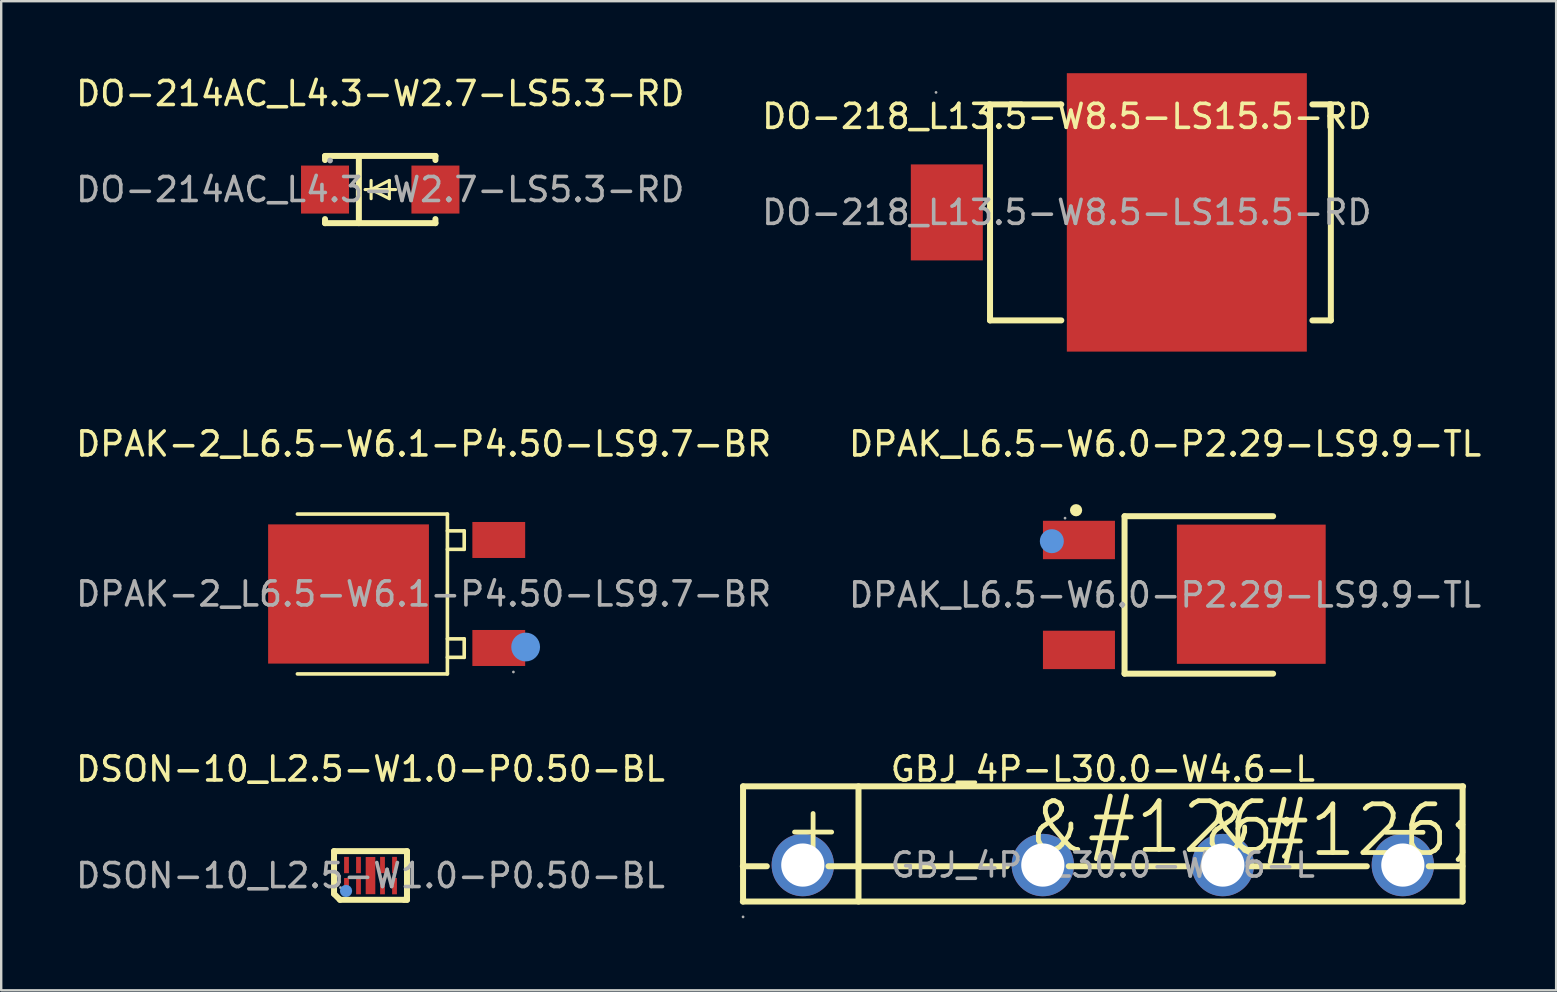
<source format=kicad_pcb>
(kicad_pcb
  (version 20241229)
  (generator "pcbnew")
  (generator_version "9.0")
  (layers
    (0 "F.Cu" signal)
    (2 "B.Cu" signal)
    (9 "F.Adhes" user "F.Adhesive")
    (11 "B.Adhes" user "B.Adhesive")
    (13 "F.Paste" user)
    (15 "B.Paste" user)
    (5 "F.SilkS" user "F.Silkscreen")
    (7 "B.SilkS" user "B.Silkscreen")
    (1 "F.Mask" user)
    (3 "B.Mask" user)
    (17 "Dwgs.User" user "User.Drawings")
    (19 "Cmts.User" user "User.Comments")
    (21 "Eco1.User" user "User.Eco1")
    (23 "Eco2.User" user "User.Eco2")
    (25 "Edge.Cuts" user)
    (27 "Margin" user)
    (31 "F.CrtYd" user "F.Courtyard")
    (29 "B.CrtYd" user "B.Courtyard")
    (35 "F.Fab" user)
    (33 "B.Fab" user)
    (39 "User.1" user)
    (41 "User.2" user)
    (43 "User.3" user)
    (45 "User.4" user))
  (footprint "DPAK-2_L6.5-W6.1-P4.50-LS9.7-BR"
    (layer "F.Cu")
    (at 14.601 21.698)
    (property "Reference" "DPAK-2_L6.5-W6.1-P4.50-LS9.7-BR" (at 0 -6.25 0) (layer "F.SilkS") (effects (font (size 1 1) (thickness 0.15))))
    (attr through_hole)
    (fp_line (start -5.26 -3.33) (end 0.99 -3.33) (stroke (width 0.15) (type solid)) (layer "F.SilkS"))
    (fp_line (start 0.99 -3.33) (end 0.99 3.33) (stroke (width 0.15) (type solid)) (layer "F.SilkS"))
    (fp_line (start 0.99 -2.63) (end 1.69 -2.63) (stroke (width 0.15) (type solid)) (layer "F.SilkS"))
    (fp_line (start 0.99 1.87) (end 1.69 1.87) (stroke (width 0.15) (type solid)) (layer "F.SilkS"))
    (fp_line (start 0.99 3.33) (end -5.26 3.33) (stroke (width 0.15) (type solid)) (layer "F.SilkS"))
    (fp_line (start 1.69 -2.63) (end 1.69 -1.86) (stroke (width 0.15) (type solid)) (layer "F.SilkS"))
    (fp_line (start 1.69 -1.86) (end 0.99 -1.86) (stroke (width 0.15) (type solid)) (layer "F.SilkS"))
    (fp_line (start 1.69 1.87) (end 1.69 2.64) (stroke (width 0.15) (type solid)) (layer "F.SilkS"))
    (fp_line (start 1.69 2.64) (end 0.99 2.64) (stroke (width 0.15) (type solid)) (layer "F.SilkS"))
    (fp_circle (center 4.25 2.21) (end 4.55 2.21) (stroke (width 0.6) (type solid)) (fill no) (layer "Cmts.User"))
    (fp_circle (center 3.74 3.25) (end 3.77 3.25) (stroke (width 0.06) (type solid)) (fill no) (layer "F.Fab"))
    (fp_text user "${REFERENCE}" (at 0 0 0) (layer "F.Fab") (effects (font (size 1 1) (thickness 0.15))))
    (pad "1" smd rect (at 3.13 2.25 180) (size 2.2 1.5) (layers "F.Cu" "F.Mask" "F.Paste"))
    (pad "2" smd rect (at 3.13 -2.25 180) (size 2.2 1.5) (layers "F.Cu" "F.Mask" "F.Paste"))
    (pad "3" smd rect (at -3.13 0 180) (size 6.7 5.8) (layers "F.Cu" "F.Mask" "F.Paste")))
  (footprint "GBJ_4P-L30.0-W4.6-L"
    (layer "F.Cu")
    (at 42.899 32.992)
    (property "Reference" "GBJ_4P-L30.0-W4.6-L" (at 0 -4 0) (layer "F.SilkS") (effects (font (size 1 1) (thickness 0.15))))
    (attr through_hole)
    (fp_line (start -15 0.05) (end -14 0.05) (stroke (width 0.25) (type solid)) (layer "F.SilkS"))
    (fp_line (start -15 1.52) (end 14.99 1.52) (stroke (width 0.25) (type solid)) (layer "F.SilkS"))
    (fp_line (start -14.99 -3.28) (end -14.99 1.52) (stroke (width 0.25) (type solid)) (layer "F.SilkS"))
    (fp_line (start -14.99 -3.28) (end 15.01 -3.28) (stroke (width 0.25) (type solid)) (layer "F.SilkS"))
    (fp_line (start -11.43 0.05) (end -4 0.05) (stroke (width 0.25) (type solid)) (layer "F.SilkS"))
    (fp_line (start -10.18 -3.28) (end -10.18 1.52) (stroke (width 0.25) (type solid)) (layer "F.SilkS"))
    (fp_line (start -1.42 0.05) (end 3.5 0.05) (stroke (width 0.25) (type solid)) (layer "F.SilkS"))
    (fp_line (start 6.08 0.05) (end 11 0.05) (stroke (width 0.25) (type solid)) (layer "F.SilkS"))
    (fp_line (start 13.58 0.05) (end 14.98 0.05) (stroke (width 0.25) (type solid)) (layer "F.SilkS"))
    (fp_line (start 14.99 -3.28) (end 14.99 1.52) (stroke (width 0.25) (type solid)) (layer "F.SilkS"))
    (fp_circle (center -14.99 2.16) (end -14.96 2.16) (stroke (width 0.06) (type solid)) (fill no) (layer "F.Fab"))
    (fp_circle (center -12.5 0) (end -12.1 0) (stroke (width 0.8) (type solid)) (fill no) (layer "F.Fab"))
    (fp_circle (center -2.5 0) (end -2.1 0) (stroke (width 0.8) (type solid)) (fill no) (layer "F.Fab"))
    (fp_circle (center 5 0) (end 5.4 0) (stroke (width 0.8) (type solid)) (fill no) (layer "F.Fab"))
    (fp_circle (center 12.5 0) (end 12.9 0) (stroke (width 0.8) (type solid)) (fill no) (layer "F.Fab"))
    (fp_text user "&#126;" (at -3.3 -1.58 0) (layer "F.SilkS") (effects (font (size 2.03 2.03) (thickness 0.2)) (justify left)))
    (fp_text user "-" (at 11.18 -1.52 0) (layer "F.SilkS") (effects (font (size 2.03 2.03) (thickness 0.2)) (justify left)))
    (fp_text user "&#126;" (at 3.94 -1.45 0) (layer "F.SilkS") (effects (font (size 2.03 2.03) (thickness 0.2)) (justify left)))
    (fp_text user "+" (at -13.46 -1.53 0) (layer "F.SilkS") (effects (font (size 2.03 2.03) (thickness 0.2)) (justify left)))
    (fp_text user "${REFERENCE}" (at 0 0 0) (layer "F.Fab") (effects (font (size 1 1) (thickness 0.15))))
    (pad "1" thru_hole circle (at -12.5 0) (size 2.6 2.6) (drill 1.8) (layers "*.Cu" "*.Paste" "*.Mask"))
    (pad "2" thru_hole circle (at -2.5 0) (size 2.6 2.6) (drill 1.8) (layers "*.Cu" "*.Paste" "*.Mask"))
    (pad "3" thru_hole circle (at 5 0) (size 2.6 2.6) (drill 1.8) (layers "*.Cu" "*.Paste" "*.Mask"))
    (pad "4" thru_hole circle (at 12.5 0) (size 2.6 2.6) (drill 1.8) (layers "*.Cu" "*.Paste" "*.Mask")))
  (footprint "DPAK_L6.5-W6.0-P2.29-LS9.9-TL"
    (layer "F.Cu")
    (at 45.494 21.738)
    (property "Reference" "DPAK_L6.5-W6.0-P2.29-LS9.9-TL" (at 0 -6.29 0) (layer "F.SilkS") (effects (font (size 1 1) (thickness 0.15))))
    (attr through_hole)
    (fp_line (start -1.69 -3.28) (end 4.5 -3.28) (stroke (width 0.25) (type solid)) (layer "F.SilkS"))
    (fp_line (start -1.69 3.28) (end -1.69 -3.28) (stroke (width 0.25) (type solid)) (layer "F.SilkS"))
    (fp_line (start 4.5 3.28) (end -1.69 3.28) (stroke (width 0.25) (type solid)) (layer "F.SilkS"))
    (fp_circle (center -3.71 -3.53) (end -3.58 -3.53) (stroke (width 0.25) (type solid)) (fill no) (layer "F.SilkS"))
    (fp_circle (center -4.72 -2.24) (end -4.47 -2.24) (stroke (width 0.5) (type solid)) (fill no) (layer "Cmts.User"))
    (fp_circle (center -4.17 -3.2) (end -4.14 -3.2) (stroke (width 0.06) (type solid)) (fill no) (layer "F.Fab"))
    (fp_text user "${REFERENCE}" (at 0 0 0) (layer "F.Fab") (effects (font (size 1 1) (thickness 0.15))))
    (pad "1" smd rect (at -3.59 -2.29) (size 3 1.6) (layers "F.Cu" "F.Mask" "F.Paste"))
    (pad "3" smd rect (at -3.59 2.29) (size 3 1.6) (layers "F.Cu" "F.Mask" "F.Paste"))
    (pad "4" smd rect (at 3.59 -0.03) (size 6.2 5.8) (layers "F.Cu" "F.Mask" "F.Paste")))
  (footprint "DO-214AC_L4.3-W2.7-LS5.3-RD"
    (layer "F.Cu")
    (at 12.792 4.848)
    (property "Reference" "DO-214AC_L4.3-W2.7-LS5.3-RD" (at 0 -4 0) (layer "F.SilkS") (effects (font (size 1 1) (thickness 0.15))))
    (attr through_hole)
    (fp_line (start -2.3 -1.4) (end -2.3 -1.23) (stroke (width 0.25) (type solid)) (layer "F.SilkS"))
    (fp_line (start -2.3 -1.4) (end 2.3 -1.4) (stroke (width 0.25) (type solid)) (layer "F.SilkS"))
    (fp_line (start -2.3 1.23) (end -2.3 1.4) (stroke (width 0.25) (type solid)) (layer "F.SilkS"))
    (fp_line (start -2.3 1.4) (end 2.3 1.4) (stroke (width 0.25) (type solid)) (layer "F.SilkS"))
    (fp_line (start -0.89 1.4) (end -0.89 -1.4) (stroke (width 0.25) (type solid)) (layer "F.SilkS"))
    (fp_line (start -0.38 0) (end -0.38 -0.38) (stroke (width 0.13) (type solid)) (layer "F.SilkS"))
    (fp_line (start -0.38 0) (end -0.38 0.38) (stroke (width 0.13) (type solid)) (layer "F.SilkS"))
    (fp_line (start 0.38 -0.38) (end -0.38 0) (stroke (width 0.13) (type solid)) (layer "F.SilkS"))
    (fp_line (start 0.38 0) (end 0.38 -0.38) (stroke (width 0.13) (type solid)) (layer "F.SilkS"))
    (fp_line (start 0.38 0) (end 0.38 0.38) (stroke (width 0.13) (type solid)) (layer "F.SilkS"))
    (fp_line (start 0.38 0.38) (end -0.38 0) (stroke (width 0.13) (type solid)) (layer "F.SilkS"))
    (fp_line (start 0.64 0) (end -0.63 0) (stroke (width 0.13) (type solid)) (layer "F.SilkS"))
    (fp_line (start 2.3 -1.4) (end 2.3 -1.23) (stroke (width 0.25) (type solid)) (layer "F.SilkS"))
    (fp_line (start 2.3 1.23) (end 2.3 1.4) (stroke (width 0.25) (type solid)) (layer "F.SilkS"))
    (fp_circle (center -2.09 -1.21) (end -2.03 -1.21) (stroke (width 0.12) (type solid)) (fill no) (layer "F.Fab"))
    (fp_text user "${REFERENCE}" (at 0 0 0) (layer "F.Fab") (effects (font (size 1 1) (thickness 0.15))))
    (pad "1" smd rect (at -2.3 0 180) (size 2 2) (layers "F.Cu" "F.Mask" "F.Paste"))
    (pad "2" smd rect (at 2.3 0 180) (size 2 2) (layers "F.Cu" "F.Mask" "F.Paste")))
  (footprint "DSON-10_L2.5-W1.0-P0.50-BL"
    (layer "F.Cu")
    (at 12.387 33.431)
    (property "Reference" "DSON-10_L2.5-W1.0-P0.50-BL" (at 0 -4.44 0) (layer "F.SilkS") (effects (font (size 1 1) (thickness 0.15))))
    (attr through_hole)
    (fp_line (start -1.52 -1.02) (end 1.52 -1.02) (stroke (width 0.25) (type solid)) (layer "F.SilkS"))
    (fp_line (start -1.52 -0.64) (end -1.52 -1.02) (stroke (width 0.25) (type solid)) (layer "F.SilkS"))
    (fp_line (start -1.52 0.76) (end -1.52 -0.64) (stroke (width 0.25) (type solid)) (layer "F.SilkS"))
    (fp_line (start -1.27 1.01) (end -1.52 0.76) (stroke (width 0.25) (type solid)) (layer "F.SilkS"))
    (fp_line (start 1.4 1.01) (end -1.27 1.01) (stroke (width 0.25) (type solid)) (layer "F.SilkS"))
    (fp_line (start 1.52 -1.02) (end 1.52 0.89) (stroke (width 0.25) (type solid)) (layer "F.SilkS"))
    (fp_line (start 1.52 0.89) (end 1.52 1.01) (stroke (width 0.25) (type solid)) (layer "F.SilkS"))
    (fp_line (start 1.52 1.01) (end 1.4 1.01) (stroke (width 0.25) (type solid)) (layer "F.SilkS"))
    (fp_circle (center -1.02 0.64) (end -0.89 0.64) (stroke (width 0.25) (type solid)) (fill no) (layer "Cmts.User"))
    (fp_circle (center -1.25 0.5) (end -1.22 0.5) (stroke (width 0.06) (type solid)) (fill no) (layer "F.Fab"))
    (fp_text user "${REFERENCE}" (at 0 0 0) (layer "F.Fab") (effects (font (size 1 1) (thickness 0.15))))
    (pad "1" smd rect (at -1 0.44) (size 0.2 0.68) (layers "F.Cu" "F.Mask" "F.Paste"))
    (pad "2" smd rect (at -0.5 0.44) (size 0.2 0.68) (layers "F.Cu" "F.Mask" "F.Paste"))
    (pad "3-8" smd rect (at 0 0) (size 0.4 1.55) (layers "F.Cu" "F.Mask" "F.Paste"))
    (pad "4" smd rect (at 0.5 0.44) (size 0.2 0.68) (layers "F.Cu" "F.Mask" "F.Paste"))
    (pad "5" smd rect (at 1 0.44) (size 0.2 0.68) (layers "F.Cu" "F.Mask" "F.Paste"))
    (pad "6" smd rect (at 1 -0.44) (size 0.2 0.68) (layers "F.Cu" "F.Mask" "F.Paste"))
    (pad "7" smd rect (at 0.5 -0.44) (size 0.2 0.68) (layers "F.Cu" "F.Mask" "F.Paste"))
    (pad "9" smd rect (at -0.5 -0.44) (size 0.2 0.68) (layers "F.Cu" "F.Mask" "F.Paste"))
    (pad "10" smd rect (at -1 -0.44) (size 0.2 0.68) (layers "F.Cu" "F.Mask" "F.Paste")))
  (footprint "DO-218_L13.5-W8.5-LS15.5-RD"
    (layer "F.Cu")
    (at 41.399 5.8)
    (property "Reference" "DO-218_L13.5-W8.5-LS15.5-RD" (at 0 -4 0) (layer "F.SilkS") (effects (font (size 1 1) (thickness 0.15))))
    (attr through_hole)
    (fp_line (start -3.2 -4.5) (end -3.2 4.5) (stroke (width 0.25) (type solid)) (layer "F.SilkS"))
    (fp_line (start -3.2 -4.5) (end -0.23 -4.5) (stroke (width 0.25) (type solid)) (layer "F.SilkS"))
    (fp_line (start -3.2 4.5) (end -0.23 4.5) (stroke (width 0.25) (type solid)) (layer "F.SilkS"))
    (fp_line (start 10.23 -4.5) (end 11 -4.5) (stroke (width 0.25) (type solid)) (layer "F.SilkS"))
    (fp_line (start 10.23 4.5) (end 11 4.5) (stroke (width 0.25) (type solid)) (layer "F.SilkS"))
    (fp_line (start 11 -4.5) (end 11 4.5) (stroke (width 0.25) (type solid)) (layer "F.SilkS"))
    (fp_circle (center -5.45 -5) (end -5.42 -5) (stroke (width 0.06) (type solid)) (fill no) (layer "F.Fab"))
    (fp_text user "${REFERENCE}" (at 0 0 0) (layer "F.Fab") (effects (font (size 1 1) (thickness 0.15))))
    (pad "1" smd rect (at -5 0 180) (size 3 4) (layers "F.Cu" "F.Mask" "F.Paste"))
    (pad "2" smd rect (at 5 0 180) (size 10 11.6) (layers "F.Cu" "F.Mask" "F.Paste")))
  (gr_rect
    (start -3 -3)
    (end 61.786 38.212)
    (stroke (width 0.1) (type default))
    (fill no)
    (layer "Edge.Cuts")))
</source>
